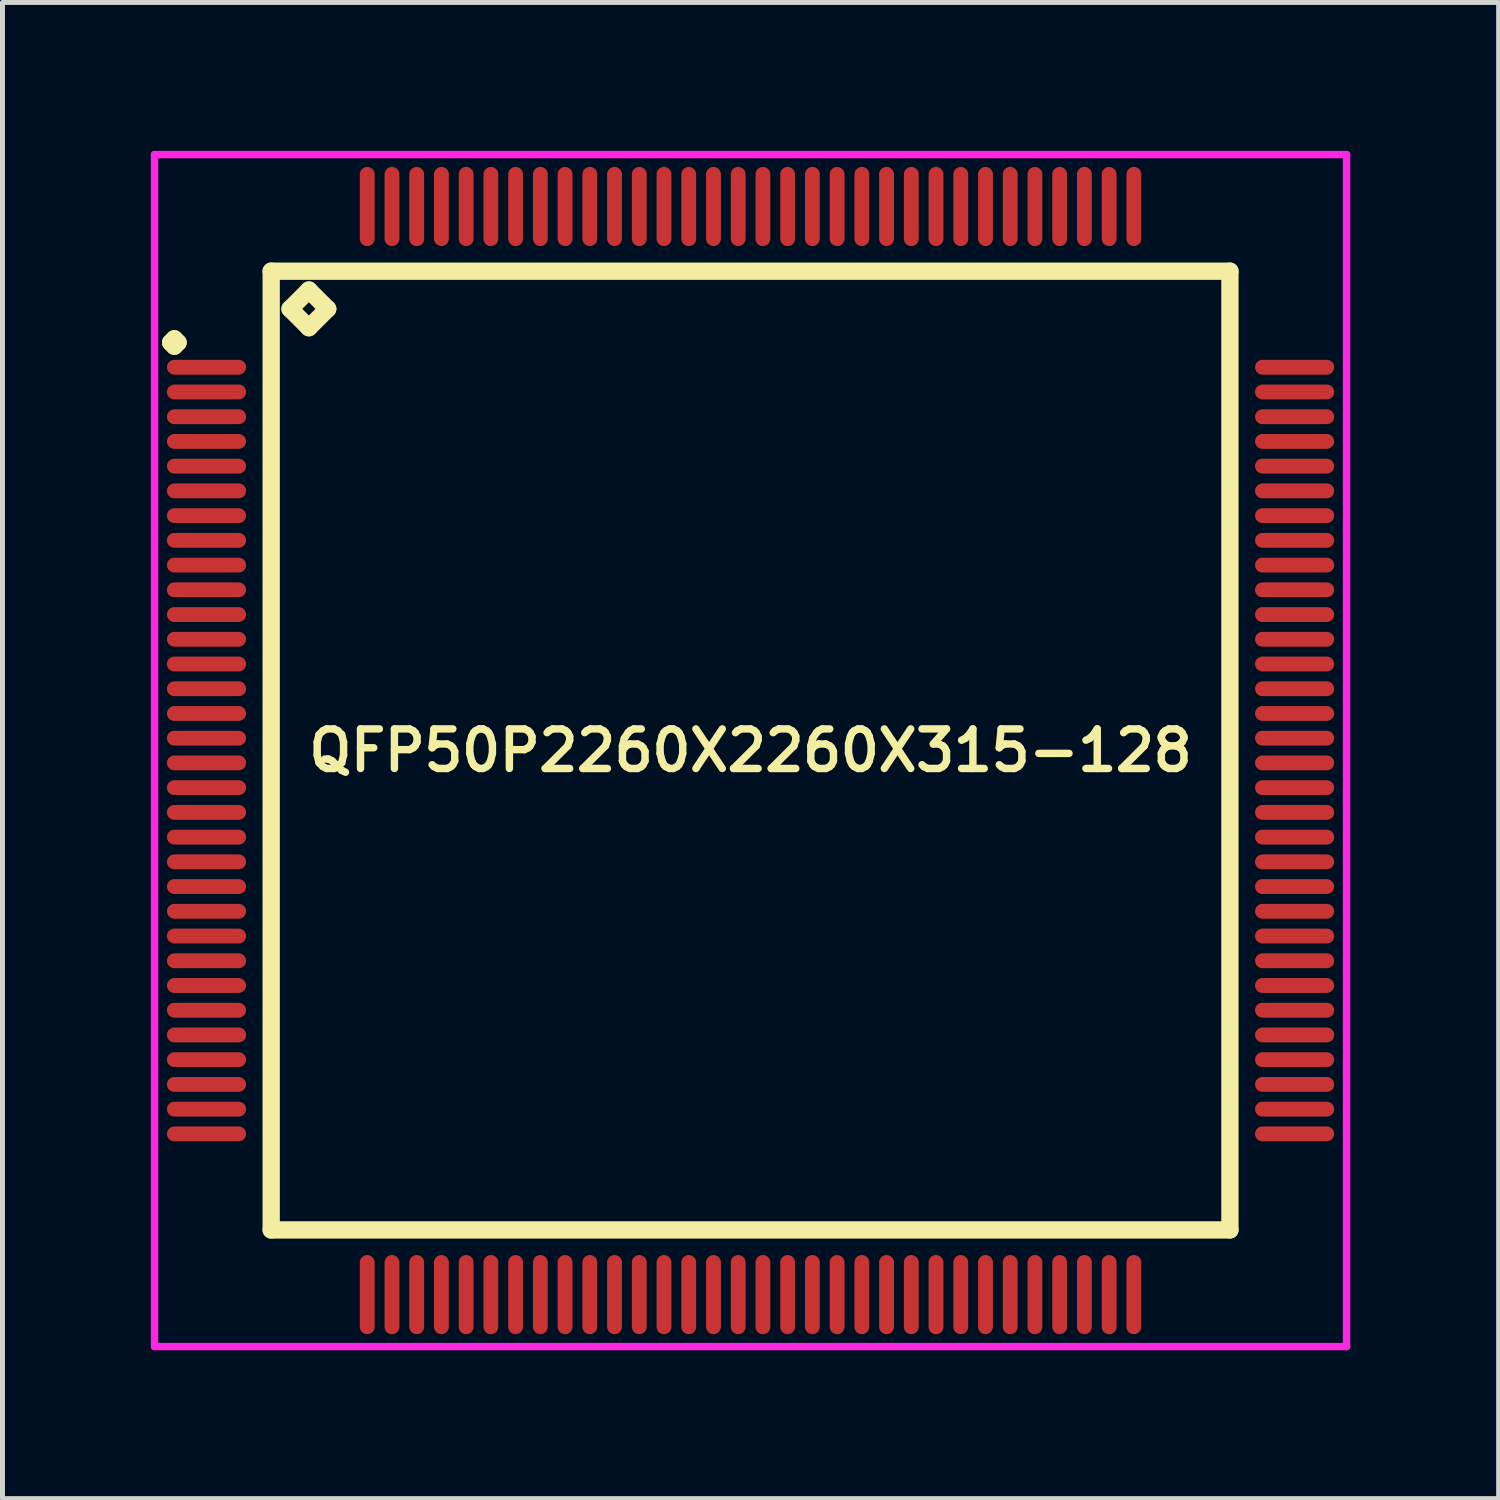
<source format=kicad_pcb>
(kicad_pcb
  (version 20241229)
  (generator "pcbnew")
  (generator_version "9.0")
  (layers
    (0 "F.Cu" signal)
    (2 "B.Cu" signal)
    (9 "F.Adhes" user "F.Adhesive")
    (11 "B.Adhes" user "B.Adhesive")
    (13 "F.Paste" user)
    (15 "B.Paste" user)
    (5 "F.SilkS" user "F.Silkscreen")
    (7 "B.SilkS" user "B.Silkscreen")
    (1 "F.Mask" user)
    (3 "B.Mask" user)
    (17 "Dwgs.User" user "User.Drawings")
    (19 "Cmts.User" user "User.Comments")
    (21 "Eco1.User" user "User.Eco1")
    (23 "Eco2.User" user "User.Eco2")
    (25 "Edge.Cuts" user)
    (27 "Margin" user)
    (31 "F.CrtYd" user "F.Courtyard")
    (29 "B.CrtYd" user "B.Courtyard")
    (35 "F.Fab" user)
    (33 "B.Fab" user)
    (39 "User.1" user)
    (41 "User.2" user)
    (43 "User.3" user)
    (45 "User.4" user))
  (footprint "QFP50P2260X2260X315-128"
    (layer "F.Cu")
    (at 12.125 12.125)
    (property "Reference" "QFP50P2260X2260X315-128" (at 0 0 0) (layer "F.SilkS") (effects (font (size 0.8 0.8) (thickness 0.15))))
    (attr smd)
    (fp_line (start -11.725 -8.25) (end -11.65 -8.325) (stroke (width 0.35) (type solid)) (layer "F.SilkS"))
    (fp_line (start -11.65 -8.325) (end -11.575 -8.25) (stroke (width 0.35) (type solid)) (layer "F.SilkS"))
    (fp_line (start -11.65 -8.175) (end -11.725 -8.25) (stroke (width 0.35) (type solid)) (layer "F.SilkS"))
    (fp_line (start -11.575 -8.25) (end -11.65 -8.175) (stroke (width 0.35) (type solid)) (layer "F.SilkS"))
    (fp_line (start -9.692 -9.692) (end -9.692 9.692) (stroke (width 0.35) (type solid)) (layer "F.SilkS"))
    (fp_line (start -9.692 9.692) (end 9.692 9.692) (stroke (width 0.35) (type solid)) (layer "F.SilkS"))
    (fp_line (start -9.311 -8.93) (end -8.93 -9.311) (stroke (width 0.35) (type solid)) (layer "F.SilkS"))
    (fp_line (start -8.93 -9.311) (end -8.549 -8.93) (stroke (width 0.35) (type solid)) (layer "F.SilkS"))
    (fp_line (start -8.93 -8.549) (end -9.311 -8.93) (stroke (width 0.35) (type solid)) (layer "F.SilkS"))
    (fp_line (start -8.549 -8.93) (end -8.93 -8.549) (stroke (width 0.35) (type solid)) (layer "F.SilkS"))
    (fp_line (start 9.692 -9.692) (end -9.692 -9.692) (stroke (width 0.35) (type solid)) (layer "F.SilkS"))
    (fp_line (start 9.692 9.692) (end 9.692 -9.692) (stroke (width 0.35) (type solid)) (layer "F.SilkS"))
    (fp_line (start -12.05 -12.05) (end 12.05 -12.05) (stroke (width 0.15) (type solid)) (layer "F.CrtYd"))
    (fp_line (start -12.05 12.05) (end -12.05 -12.05) (stroke (width 0.15) (type solid)) (layer "F.CrtYd"))
    (fp_line (start 12.05 -12.05) (end 12.05 12.05) (stroke (width 0.15) (type solid)) (layer "F.CrtYd"))
    (fp_line (start 12.05 12.05) (end -12.05 12.05) (stroke (width 0.15) (type solid)) (layer "F.CrtYd"))
    (pad "1" smd oval (at -11 -7.75) (size 1.6 0.3) (layers "F.Cu" "F.Mask" "F.Paste"))
    (pad "2" smd oval (at -11 -7.25) (size 1.6 0.3) (layers "F.Cu" "F.Mask" "F.Paste"))
    (pad "3" smd oval (at -11 -6.75) (size 1.6 0.3) (layers "F.Cu" "F.Mask" "F.Paste"))
    (pad "4" smd oval (at -11 -6.25) (size 1.6 0.3) (layers "F.Cu" "F.Mask" "F.Paste"))
    (pad "5" smd oval (at -11 -5.75) (size 1.6 0.3) (layers "F.Cu" "F.Mask" "F.Paste"))
    (pad "6" smd oval (at -11 -5.25) (size 1.6 0.3) (layers "F.Cu" "F.Mask" "F.Paste"))
    (pad "7" smd oval (at -11 -4.75) (size 1.6 0.3) (layers "F.Cu" "F.Mask" "F.Paste"))
    (pad "8" smd oval (at -11 -4.25) (size 1.6 0.3) (layers "F.Cu" "F.Mask" "F.Paste"))
    (pad "9" smd oval (at -11 -3.75) (size 1.6 0.3) (layers "F.Cu" "F.Mask" "F.Paste"))
    (pad "10" smd oval (at -11 -3.25) (size 1.6 0.3) (layers "F.Cu" "F.Mask" "F.Paste"))
    (pad "11" smd oval (at -11 -2.75) (size 1.6 0.3) (layers "F.Cu" "F.Mask" "F.Paste"))
    (pad "12" smd oval (at -11 -2.25) (size 1.6 0.3) (layers "F.Cu" "F.Mask" "F.Paste"))
    (pad "13" smd oval (at -11 -1.75) (size 1.6 0.3) (layers "F.Cu" "F.Mask" "F.Paste"))
    (pad "14" smd oval (at -11 -1.25) (size 1.6 0.3) (layers "F.Cu" "F.Mask" "F.Paste"))
    (pad "15" smd oval (at -11 -0.75) (size 1.6 0.3) (layers "F.Cu" "F.Mask" "F.Paste"))
    (pad "16" smd oval (at -11 -0.25) (size 1.6 0.3) (layers "F.Cu" "F.Mask" "F.Paste"))
    (pad "17" smd oval (at -11 0.25) (size 1.6 0.3) (layers "F.Cu" "F.Mask" "F.Paste"))
    (pad "18" smd oval (at -11 0.75) (size 1.6 0.3) (layers "F.Cu" "F.Mask" "F.Paste"))
    (pad "19" smd oval (at -11 1.25) (size 1.6 0.3) (layers "F.Cu" "F.Mask" "F.Paste"))
    (pad "20" smd oval (at -11 1.75) (size 1.6 0.3) (layers "F.Cu" "F.Mask" "F.Paste"))
    (pad "21" smd oval (at -11 2.25) (size 1.6 0.3) (layers "F.Cu" "F.Mask" "F.Paste"))
    (pad "22" smd oval (at -11 2.75) (size 1.6 0.3) (layers "F.Cu" "F.Mask" "F.Paste"))
    (pad "23" smd oval (at -11 3.25) (size 1.6 0.3) (layers "F.Cu" "F.Mask" "F.Paste"))
    (pad "24" smd oval (at -11 3.75) (size 1.6 0.3) (layers "F.Cu" "F.Mask" "F.Paste"))
    (pad "25" smd oval (at -11 4.25) (size 1.6 0.3) (layers "F.Cu" "F.Mask" "F.Paste"))
    (pad "26" smd oval (at -11 4.75) (size 1.6 0.3) (layers "F.Cu" "F.Mask" "F.Paste"))
    (pad "27" smd oval (at -11 5.25) (size 1.6 0.3) (layers "F.Cu" "F.Mask" "F.Paste"))
    (pad "28" smd oval (at -11 5.75) (size 1.6 0.3) (layers "F.Cu" "F.Mask" "F.Paste"))
    (pad "29" smd oval (at -11 6.25) (size 1.6 0.3) (layers "F.Cu" "F.Mask" "F.Paste"))
    (pad "30" smd oval (at -11 6.75) (size 1.6 0.3) (layers "F.Cu" "F.Mask" "F.Paste"))
    (pad "31" smd oval (at -11 7.25) (size 1.6 0.3) (layers "F.Cu" "F.Mask" "F.Paste"))
    (pad "32" smd oval (at -11 7.75) (size 1.6 0.3) (layers "F.Cu" "F.Mask" "F.Paste"))
    (pad "33" smd oval (at -7.75 11) (size 0.3 1.6) (layers "F.Cu" "F.Mask" "F.Paste"))
    (pad "34" smd oval (at -7.25 11) (size 0.3 1.6) (layers "F.Cu" "F.Mask" "F.Paste"))
    (pad "35" smd oval (at -6.75 11) (size 0.3 1.6) (layers "F.Cu" "F.Mask" "F.Paste"))
    (pad "36" smd oval (at -6.25 11) (size 0.3 1.6) (layers "F.Cu" "F.Mask" "F.Paste"))
    (pad "37" smd oval (at -5.75 11) (size 0.3 1.6) (layers "F.Cu" "F.Mask" "F.Paste"))
    (pad "38" smd oval (at -5.25 11) (size 0.3 1.6) (layers "F.Cu" "F.Mask" "F.Paste"))
    (pad "39" smd oval (at -4.75 11) (size 0.3 1.6) (layers "F.Cu" "F.Mask" "F.Paste"))
    (pad "40" smd oval (at -4.25 11) (size 0.3 1.6) (layers "F.Cu" "F.Mask" "F.Paste"))
    (pad "41" smd oval (at -3.75 11) (size 0.3 1.6) (layers "F.Cu" "F.Mask" "F.Paste"))
    (pad "42" smd oval (at -3.25 11) (size 0.3 1.6) (layers "F.Cu" "F.Mask" "F.Paste"))
    (pad "43" smd oval (at -2.75 11) (size 0.3 1.6) (layers "F.Cu" "F.Mask" "F.Paste"))
    (pad "44" smd oval (at -2.25 11) (size 0.3 1.6) (layers "F.Cu" "F.Mask" "F.Paste"))
    (pad "45" smd oval (at -1.75 11) (size 0.3 1.6) (layers "F.Cu" "F.Mask" "F.Paste"))
    (pad "46" smd oval (at -1.25 11) (size 0.3 1.6) (layers "F.Cu" "F.Mask" "F.Paste"))
    (pad "47" smd oval (at -0.75 11) (size 0.3 1.6) (layers "F.Cu" "F.Mask" "F.Paste"))
    (pad "48" smd oval (at -0.25 11) (size 0.3 1.6) (layers "F.Cu" "F.Mask" "F.Paste"))
    (pad "49" smd oval (at 0.25 11) (size 0.3 1.6) (layers "F.Cu" "F.Mask" "F.Paste"))
    (pad "50" smd oval (at 0.75 11) (size 0.3 1.6) (layers "F.Cu" "F.Mask" "F.Paste"))
    (pad "51" smd oval (at 1.25 11) (size 0.3 1.6) (layers "F.Cu" "F.Mask" "F.Paste"))
    (pad "52" smd oval (at 1.75 11) (size 0.3 1.6) (layers "F.Cu" "F.Mask" "F.Paste"))
    (pad "53" smd oval (at 2.25 11) (size 0.3 1.6) (layers "F.Cu" "F.Mask" "F.Paste"))
    (pad "54" smd oval (at 2.75 11) (size 0.3 1.6) (layers "F.Cu" "F.Mask" "F.Paste"))
    (pad "55" smd oval (at 3.25 11) (size 0.3 1.6) (layers "F.Cu" "F.Mask" "F.Paste"))
    (pad "56" smd oval (at 3.75 11) (size 0.3 1.6) (layers "F.Cu" "F.Mask" "F.Paste"))
    (pad "57" smd oval (at 4.25 11) (size 0.3 1.6) (layers "F.Cu" "F.Mask" "F.Paste"))
    (pad "58" smd oval (at 4.75 11) (size 0.3 1.6) (layers "F.Cu" "F.Mask" "F.Paste"))
    (pad "59" smd oval (at 5.25 11) (size 0.3 1.6) (layers "F.Cu" "F.Mask" "F.Paste"))
    (pad "60" smd oval (at 5.75 11) (size 0.3 1.6) (layers "F.Cu" "F.Mask" "F.Paste"))
    (pad "61" smd oval (at 6.25 11) (size 0.3 1.6) (layers "F.Cu" "F.Mask" "F.Paste"))
    (pad "62" smd oval (at 6.75 11) (size 0.3 1.6) (layers "F.Cu" "F.Mask" "F.Paste"))
    (pad "63" smd oval (at 7.25 11) (size 0.3 1.6) (layers "F.Cu" "F.Mask" "F.Paste"))
    (pad "64" smd oval (at 7.75 11) (size 0.3 1.6) (layers "F.Cu" "F.Mask" "F.Paste"))
    (pad "65" smd oval (at 11 7.75) (size 1.6 0.3) (layers "F.Cu" "F.Mask" "F.Paste"))
    (pad "66" smd oval (at 11 7.25) (size 1.6 0.3) (layers "F.Cu" "F.Mask" "F.Paste"))
    (pad "67" smd oval (at 11 6.75) (size 1.6 0.3) (layers "F.Cu" "F.Mask" "F.Paste"))
    (pad "68" smd oval (at 11 6.25) (size 1.6 0.3) (layers "F.Cu" "F.Mask" "F.Paste"))
    (pad "69" smd oval (at 11 5.75) (size 1.6 0.3) (layers "F.Cu" "F.Mask" "F.Paste"))
    (pad "70" smd oval (at 11 5.25) (size 1.6 0.3) (layers "F.Cu" "F.Mask" "F.Paste"))
    (pad "71" smd oval (at 11 4.75) (size 1.6 0.3) (layers "F.Cu" "F.Mask" "F.Paste"))
    (pad "72" smd oval (at 11 4.25) (size 1.6 0.3) (layers "F.Cu" "F.Mask" "F.Paste"))
    (pad "73" smd oval (at 11 3.75) (size 1.6 0.3) (layers "F.Cu" "F.Mask" "F.Paste"))
    (pad "74" smd oval (at 11 3.25) (size 1.6 0.3) (layers "F.Cu" "F.Mask" "F.Paste"))
    (pad "75" smd oval (at 11 2.75) (size 1.6 0.3) (layers "F.Cu" "F.Mask" "F.Paste"))
    (pad "76" smd oval (at 11 2.25) (size 1.6 0.3) (layers "F.Cu" "F.Mask" "F.Paste"))
    (pad "77" smd oval (at 11 1.75) (size 1.6 0.3) (layers "F.Cu" "F.Mask" "F.Paste"))
    (pad "78" smd oval (at 11 1.25) (size 1.6 0.3) (layers "F.Cu" "F.Mask" "F.Paste"))
    (pad "79" smd oval (at 11 0.75) (size 1.6 0.3) (layers "F.Cu" "F.Mask" "F.Paste"))
    (pad "80" smd oval (at 11 0.25) (size 1.6 0.3) (layers "F.Cu" "F.Mask" "F.Paste"))
    (pad "81" smd oval (at 11 -0.25) (size 1.6 0.3) (layers "F.Cu" "F.Mask" "F.Paste"))
    (pad "82" smd oval (at 11 -0.75) (size 1.6 0.3) (layers "F.Cu" "F.Mask" "F.Paste"))
    (pad "83" smd oval (at 11 -1.25) (size 1.6 0.3) (layers "F.Cu" "F.Mask" "F.Paste"))
    (pad "84" smd oval (at 11 -1.75) (size 1.6 0.3) (layers "F.Cu" "F.Mask" "F.Paste"))
    (pad "85" smd oval (at 11 -2.25) (size 1.6 0.3) (layers "F.Cu" "F.Mask" "F.Paste"))
    (pad "86" smd oval (at 11 -2.75) (size 1.6 0.3) (layers "F.Cu" "F.Mask" "F.Paste"))
    (pad "87" smd oval (at 11 -3.25) (size 1.6 0.3) (layers "F.Cu" "F.Mask" "F.Paste"))
    (pad "88" smd oval (at 11 -3.75) (size 1.6 0.3) (layers "F.Cu" "F.Mask" "F.Paste"))
    (pad "89" smd oval (at 11 -4.25) (size 1.6 0.3) (layers "F.Cu" "F.Mask" "F.Paste"))
    (pad "90" smd oval (at 11 -4.75) (size 1.6 0.3) (layers "F.Cu" "F.Mask" "F.Paste"))
    (pad "91" smd oval (at 11 -5.25) (size 1.6 0.3) (layers "F.Cu" "F.Mask" "F.Paste"))
    (pad "92" smd oval (at 11 -5.75) (size 1.6 0.3) (layers "F.Cu" "F.Mask" "F.Paste"))
    (pad "93" smd oval (at 11 -6.25) (size 1.6 0.3) (layers "F.Cu" "F.Mask" "F.Paste"))
    (pad "94" smd oval (at 11 -6.75) (size 1.6 0.3) (layers "F.Cu" "F.Mask" "F.Paste"))
    (pad "95" smd oval (at 11 -7.25) (size 1.6 0.3) (layers "F.Cu" "F.Mask" "F.Paste"))
    (pad "96" smd oval (at 11 -7.75) (size 1.6 0.3) (layers "F.Cu" "F.Mask" "F.Paste"))
    (pad "97" smd oval (at 7.75 -11) (size 0.3 1.6) (layers "F.Cu" "F.Mask" "F.Paste"))
    (pad "98" smd oval (at 7.25 -11) (size 0.3 1.6) (layers "F.Cu" "F.Mask" "F.Paste"))
    (pad "99" smd oval (at 6.75 -11) (size 0.3 1.6) (layers "F.Cu" "F.Mask" "F.Paste"))
    (pad "100" smd oval (at 6.25 -11) (size 0.3 1.6) (layers "F.Cu" "F.Mask" "F.Paste"))
    (pad "101" smd oval (at 5.75 -11) (size 0.3 1.6) (layers "F.Cu" "F.Mask" "F.Paste"))
    (pad "102" smd oval (at 5.25 -11) (size 0.3 1.6) (layers "F.Cu" "F.Mask" "F.Paste"))
    (pad "103" smd oval (at 4.75 -11) (size 0.3 1.6) (layers "F.Cu" "F.Mask" "F.Paste"))
    (pad "104" smd oval (at 4.25 -11) (size 0.3 1.6) (layers "F.Cu" "F.Mask" "F.Paste"))
    (pad "105" smd oval (at 3.75 -11) (size 0.3 1.6) (layers "F.Cu" "F.Mask" "F.Paste"))
    (pad "106" smd oval (at 3.25 -11) (size 0.3 1.6) (layers "F.Cu" "F.Mask" "F.Paste"))
    (pad "107" smd oval (at 2.75 -11) (size 0.3 1.6) (layers "F.Cu" "F.Mask" "F.Paste"))
    (pad "108" smd oval (at 2.25 -11) (size 0.3 1.6) (layers "F.Cu" "F.Mask" "F.Paste"))
    (pad "109" smd oval (at 1.75 -11) (size 0.3 1.6) (layers "F.Cu" "F.Mask" "F.Paste"))
    (pad "110" smd oval (at 1.25 -11) (size 0.3 1.6) (layers "F.Cu" "F.Mask" "F.Paste"))
    (pad "111" smd oval (at 0.75 -11) (size 0.3 1.6) (layers "F.Cu" "F.Mask" "F.Paste"))
    (pad "112" smd oval (at 0.25 -11) (size 0.3 1.6) (layers "F.Cu" "F.Mask" "F.Paste"))
    (pad "113" smd oval (at -0.25 -11) (size 0.3 1.6) (layers "F.Cu" "F.Mask" "F.Paste"))
    (pad "114" smd oval (at -0.75 -11) (size 0.3 1.6) (layers "F.Cu" "F.Mask" "F.Paste"))
    (pad "115" smd oval (at -1.25 -11) (size 0.3 1.6) (layers "F.Cu" "F.Mask" "F.Paste"))
    (pad "116" smd oval (at -1.75 -11) (size 0.3 1.6) (layers "F.Cu" "F.Mask" "F.Paste"))
    (pad "117" smd oval (at -2.25 -11) (size 0.3 1.6) (layers "F.Cu" "F.Mask" "F.Paste"))
    (pad "118" smd oval (at -2.75 -11) (size 0.3 1.6) (layers "F.Cu" "F.Mask" "F.Paste"))
    (pad "119" smd oval (at -3.25 -11) (size 0.3 1.6) (layers "F.Cu" "F.Mask" "F.Paste"))
    (pad "120" smd oval (at -3.75 -11) (size 0.3 1.6) (layers "F.Cu" "F.Mask" "F.Paste"))
    (pad "121" smd oval (at -4.25 -11) (size 0.3 1.6) (layers "F.Cu" "F.Mask" "F.Paste"))
    (pad "122" smd oval (at -4.75 -11) (size 0.3 1.6) (layers "F.Cu" "F.Mask" "F.Paste"))
    (pad "123" smd oval (at -5.25 -11) (size 0.3 1.6) (layers "F.Cu" "F.Mask" "F.Paste"))
    (pad "124" smd oval (at -5.75 -11) (size 0.3 1.6) (layers "F.Cu" "F.Mask" "F.Paste"))
    (pad "125" smd oval (at -6.25 -11) (size 0.3 1.6) (layers "F.Cu" "F.Mask" "F.Paste"))
    (pad "126" smd oval (at -6.75 -11) (size 0.3 1.6) (layers "F.Cu" "F.Mask" "F.Paste"))
    (pad "127" smd oval (at -7.25 -11) (size 0.3 1.6) (layers "F.Cu" "F.Mask" "F.Paste"))
    (pad "128" smd oval (at -7.75 -11) (size 0.3 1.6) (layers "F.Cu" "F.Mask" "F.Paste")))
  (gr_rect
    (start -3 -3)
    (end 27.25 27.25)
    (stroke (width 0.1) (type default))
    (fill no)
    (layer "Edge.Cuts")))
</source>
